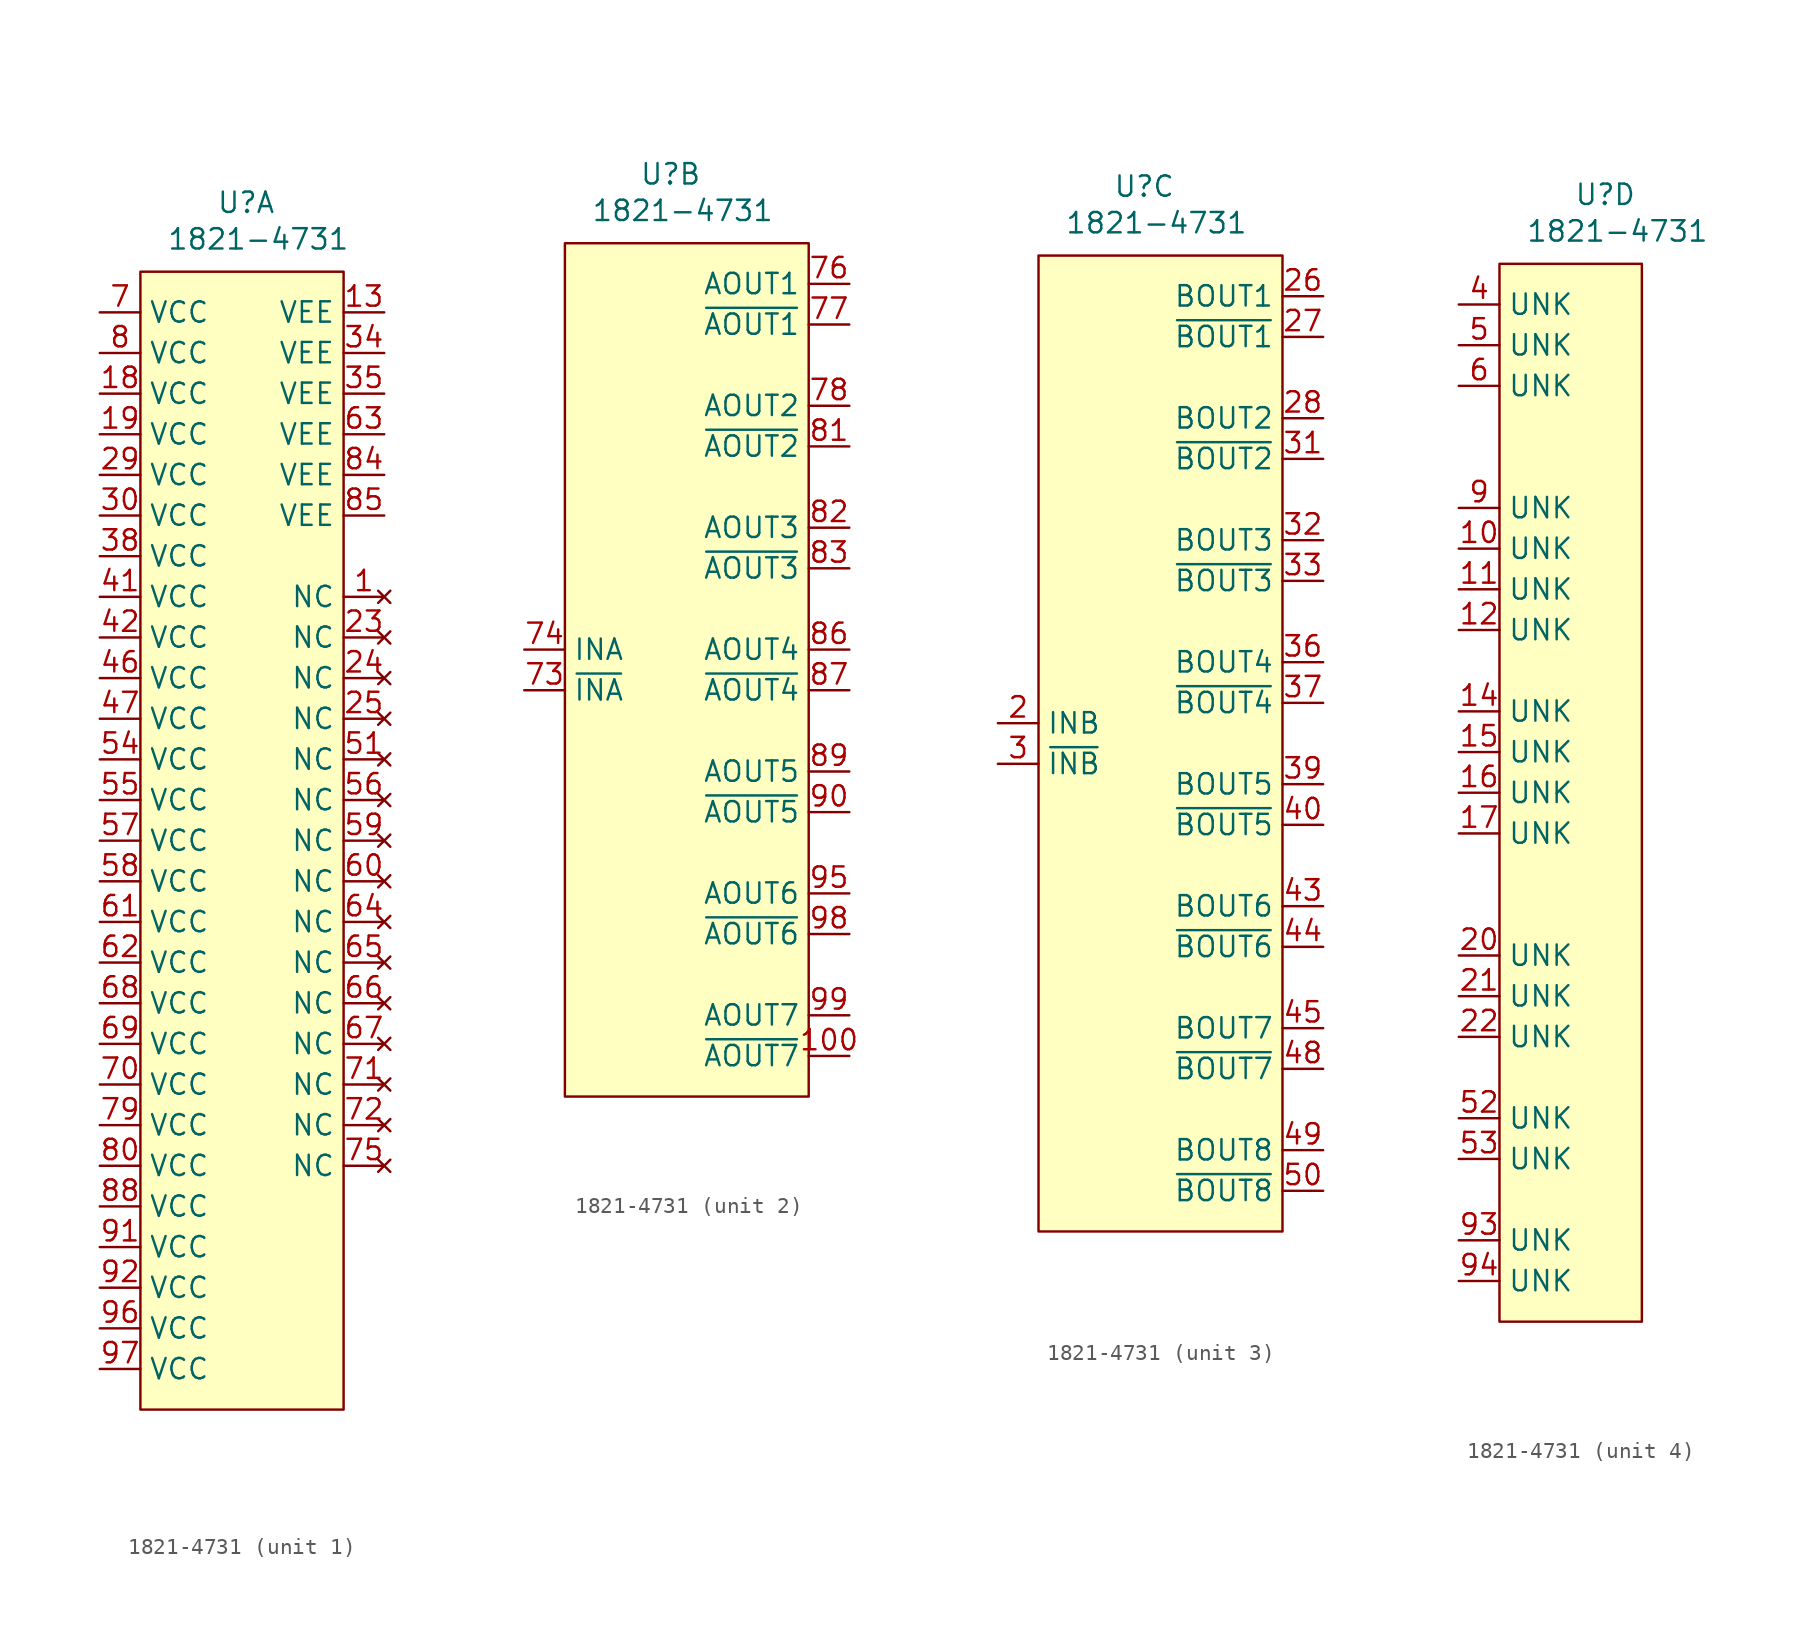
<source format=kicad_sym>
(kicad_symbol_lib
  (version 20241209)
  (generator "kicad_symbol_editor")
  (generator_version "9.0")
  (symbol "1821-4731"
    (property "Reference" "U"
      (at 6.604 4.318 0)
      (effects (font (size 1.27 1.27))))
    (property "Value" "1821-4731"
      (at 7.366 2.032 0)
      (effects (font (size 1.27 1.27))))
    (property "ki_locked" ""
      (at 0 0 0)
      (effects (font (size 1.27 1.27))))
    (symbol "1821-4731_1_0"
      (pin power_in line (at -2.54 -2.54 0) (length 2.54) (name "VCC" (effects (font (size 1.27 1.27)))) (number "7" (effects (font (size 1.27 1.27)))))
      (pin power_in line (at -2.54 -5.08 0) (length 2.54) (name "VCC" (effects (font (size 1.27 1.27)))) (number "8" (effects (font (size 1.27 1.27)))))
      (pin power_in line (at -2.54 -7.62 0) (length 2.54) (name "VCC" (effects (font (size 1.27 1.27)))) (number "18" (effects (font (size 1.27 1.27)))))
      (pin power_in line (at -2.54 -10.16 0) (length 2.54) (name "VCC" (effects (font (size 1.27 1.27)))) (number "19" (effects (font (size 1.27 1.27)))))
      (pin power_in line (at -2.54 -12.7 0) (length 2.54) (name "VCC" (effects (font (size 1.27 1.27)))) (number "29" (effects (font (size 1.27 1.27)))))
      (pin power_in line (at -2.54 -15.24 0) (length 2.54) (name "VCC" (effects (font (size 1.27 1.27)))) (number "30" (effects (font (size 1.27 1.27)))))
      (pin power_in line (at -2.54 -17.78 0) (length 2.54) (name "VCC" (effects (font (size 1.27 1.27)))) (number "38" (effects (font (size 1.27 1.27)))))
      (pin power_in line (at -2.54 -20.32 0) (length 2.54) (name "VCC" (effects (font (size 1.27 1.27)))) (number "41" (effects (font (size 1.27 1.27)))))
      (pin power_in line (at -2.54 -22.86 0) (length 2.54) (name "VCC" (effects (font (size 1.27 1.27)))) (number "42" (effects (font (size 1.27 1.27)))))
      (pin power_in line (at -2.54 -25.4 0) (length 2.54) (name "VCC" (effects (font (size 1.27 1.27)))) (number "46" (effects (font (size 1.27 1.27)))))
      (pin power_in line (at -2.54 -27.94 0) (length 2.54) (name "VCC" (effects (font (size 1.27 1.27)))) (number "47" (effects (font (size 1.27 1.27)))))
      (pin power_in line (at -2.54 -30.48 0) (length 2.54) (name "VCC" (effects (font (size 1.27 1.27)))) (number "54" (effects (font (size 1.27 1.27)))))
      (pin power_in line (at -2.54 -33.02 0) (length 2.54) (name "VCC" (effects (font (size 1.27 1.27)))) (number "55" (effects (font (size 1.27 1.27)))))
      (pin power_in line (at -2.54 -35.56 0) (length 2.54) (name "VCC" (effects (font (size 1.27 1.27)))) (number "57" (effects (font (size 1.27 1.27)))))
      (pin power_in line (at -2.54 -38.1 0) (length 2.54) (name "VCC" (effects (font (size 1.27 1.27)))) (number "58" (effects (font (size 1.27 1.27)))))
      (pin power_in line (at -2.54 -40.64 0) (length 2.54) (name "VCC" (effects (font (size 1.27 1.27)))) (number "61" (effects (font (size 1.27 1.27)))))
      (pin power_in line (at -2.54 -43.18 0) (length 2.54) (name "VCC" (effects (font (size 1.27 1.27)))) (number "62" (effects (font (size 1.27 1.27)))))
      (pin power_in line (at -2.54 -45.72 0) (length 2.54) (name "VCC" (effects (font (size 1.27 1.27)))) (number "68" (effects (font (size 1.27 1.27)))))
      (pin power_in line (at -2.54 -48.26 0) (length 2.54) (name "VCC" (effects (font (size 1.27 1.27)))) (number "69" (effects (font (size 1.27 1.27)))))
      (pin power_in line (at -2.54 -50.8 0) (length 2.54) (name "VCC" (effects (font (size 1.27 1.27)))) (number "70" (effects (font (size 1.27 1.27)))))
      (pin power_in line (at -2.54 -53.34 0) (length 2.54) (name "VCC" (effects (font (size 1.27 1.27)))) (number "79" (effects (font (size 1.27 1.27)))))
      (pin power_in line (at -2.54 -55.88 0) (length 2.54) (name "VCC" (effects (font (size 1.27 1.27)))) (number "80" (effects (font (size 1.27 1.27)))))
      (pin power_in line (at -2.54 -58.42 0) (length 2.54) (name "VCC" (effects (font (size 1.27 1.27)))) (number "88" (effects (font (size 1.27 1.27)))))
      (pin power_in line (at -2.54 -60.96 0) (length 2.54) (name "VCC" (effects (font (size 1.27 1.27)))) (number "91" (effects (font (size 1.27 1.27)))))
      (pin power_in line (at -2.54 -63.5 0) (length 2.54) (name "VCC" (effects (font (size 1.27 1.27)))) (number "92" (effects (font (size 1.27 1.27)))))
      (pin power_in line (at -2.54 -66.04 0) (length 2.54) (name "VCC" (effects (font (size 1.27 1.27)))) (number "96" (effects (font (size 1.27 1.27)))))
      (pin power_in line (at -2.54 -68.58 0) (length 2.54) (name "VCC" (effects (font (size 1.27 1.27)))) (number "97" (effects (font (size 1.27 1.27)))))
      (pin power_in line (at 15.24 -2.54 180) (length 2.54) (name "VEE" (effects (font (size 1.27 1.27)))) (number "13" (effects (font (size 1.27 1.27)))))
      (pin power_in line (at 15.24 -5.08 180) (length 2.54) (name "VEE" (effects (font (size 1.27 1.27)))) (number "34" (effects (font (size 1.27 1.27)))))
      (pin power_in line (at 15.24 -7.62 180) (length 2.54) (name "VEE" (effects (font (size 1.27 1.27)))) (number "35" (effects (font (size 1.27 1.27)))))
      (pin power_in line (at 15.24 -10.16 180) (length 2.54) (name "VEE" (effects (font (size 1.27 1.27)))) (number "63" (effects (font (size 1.27 1.27)))))
      (pin power_in line (at 15.24 -12.7 180) (length 2.54) (name "VEE" (effects (font (size 1.27 1.27)))) (number "84" (effects (font (size 1.27 1.27)))))
      (pin power_in line (at 15.24 -15.24 180) (length 2.54) (name "VEE" (effects (font (size 1.27 1.27)))) (number "85" (effects (font (size 1.27 1.27)))))
      (pin no_connect line (at 15.24 -20.32 180) (length 2.54) (name "NC" (effects (font (size 1.27 1.27)))) (number "1" (effects (font (size 1.27 1.27)))))
      (pin no_connect line (at 15.24 -22.86 180) (length 2.54) (name "NC" (effects (font (size 1.27 1.27)))) (number "23" (effects (font (size 1.27 1.27)))))
      (pin no_connect line (at 15.24 -25.4 180) (length 2.54) (name "NC" (effects (font (size 1.27 1.27)))) (number "24" (effects (font (size 1.27 1.27)))))
      (pin no_connect line (at 15.24 -27.94 180) (length 2.54) (name "NC" (effects (font (size 1.27 1.27)))) (number "25" (effects (font (size 1.27 1.27)))))
      (pin no_connect line (at 15.24 -30.48 180) (length 2.54) (name "NC" (effects (font (size 1.27 1.27)))) (number "51" (effects (font (size 1.27 1.27)))))
      (pin no_connect line (at 15.24 -33.02 180) (length 2.54) (name "NC" (effects (font (size 1.27 1.27)))) (number "56" (effects (font (size 1.27 1.27)))))
      (pin no_connect line (at 15.24 -35.56 180) (length 2.54) (name "NC" (effects (font (size 1.27 1.27)))) (number "59" (effects (font (size 1.27 1.27)))))
      (pin no_connect line (at 15.24 -38.1 180) (length 2.54) (name "NC" (effects (font (size 1.27 1.27)))) (number "60" (effects (font (size 1.27 1.27)))))
      (pin no_connect line (at 15.24 -40.64 180) (length 2.54) (name "NC" (effects (font (size 1.27 1.27)))) (number "64" (effects (font (size 1.27 1.27)))))
      (pin no_connect line (at 15.24 -43.18 180) (length 2.54) (name "NC" (effects (font (size 1.27 1.27)))) (number "65" (effects (font (size 1.27 1.27)))))
      (pin no_connect line (at 15.24 -45.72 180) (length 2.54) (name "NC" (effects (font (size 1.27 1.27)))) (number "66" (effects (font (size 1.27 1.27)))))
      (pin no_connect line (at 15.24 -48.26 180) (length 2.54) (name "NC" (effects (font (size 1.27 1.27)))) (number "67" (effects (font (size 1.27 1.27)))))
      (pin no_connect line (at 15.24 -50.8 180) (length 2.54) (name "NC" (effects (font (size 1.27 1.27)))) (number "71" (effects (font (size 1.27 1.27)))))
      (pin no_connect line (at 15.24 -53.34 180) (length 2.54) (name "NC" (effects (font (size 1.27 1.27)))) (number "72" (effects (font (size 1.27 1.27)))))
      (pin no_connect line (at 15.24 -55.88 180) (length 2.54) (name "NC" (effects (font (size 1.27 1.27)))) (number "75" (effects (font (size 1.27 1.27))))))
    (symbol "1821-4731_1_1"
      (rectangle (start 0 0) (end 12.7 -71.12) (stroke (width 0) (type solid)) (fill (type background))))
    (symbol "1821-4731_2_0"
      (pin input line (at -2.54 -25.4 0) (length 2.54) (name "INA" (effects (font (size 1.27 1.27)))) (number "74" (effects (font (size 1.27 1.27)))))
      (pin input line (at -2.54 -27.94 0) (length 2.54) (name "~{INA}" (effects (font (size 1.27 1.27)))) (number "73" (effects (font (size 1.27 1.27)))))
      (pin output line (at 17.78 -2.54 180) (length 2.54) (name "AOUT1" (effects (font (size 1.27 1.27)))) (number "76" (effects (font (size 1.27 1.27)))))
      (pin output line (at 17.78 -5.08 180) (length 2.54) (name "~{AOUT1}" (effects (font (size 1.27 1.27)))) (number "77" (effects (font (size 1.27 1.27)))))
      (pin output line (at 17.78 -10.16 180) (length 2.54) (name "AOUT2" (effects (font (size 1.27 1.27)))) (number "78" (effects (font (size 1.27 1.27)))))
      (pin output line (at 17.78 -12.7 180) (length 2.54) (name "~{AOUT2}" (effects (font (size 1.27 1.27)))) (number "81" (effects (font (size 1.27 1.27)))))
      (pin output line (at 17.78 -17.78 180) (length 2.54) (name "AOUT3" (effects (font (size 1.27 1.27)))) (number "82" (effects (font (size 1.27 1.27)))))
      (pin output line (at 17.78 -20.32 180) (length 2.54) (name "~{AOUT3}" (effects (font (size 1.27 1.27)))) (number "83" (effects (font (size 1.27 1.27)))))
      (pin output line (at 17.78 -25.4 180) (length 2.54) (name "AOUT4" (effects (font (size 1.27 1.27)))) (number "86" (effects (font (size 1.27 1.27)))))
      (pin output line (at 17.78 -27.94 180) (length 2.54) (name "~{AOUT4}" (effects (font (size 1.27 1.27)))) (number "87" (effects (font (size 1.27 1.27)))))
      (pin output line (at 17.78 -33.02 180) (length 2.54) (name "AOUT5" (effects (font (size 1.27 1.27)))) (number "89" (effects (font (size 1.27 1.27)))))
      (pin output line (at 17.78 -35.56 180) (length 2.54) (name "~{AOUT5}" (effects (font (size 1.27 1.27)))) (number "90" (effects (font (size 1.27 1.27)))))
      (pin output line (at 17.78 -40.64 180) (length 2.54) (name "AOUT6" (effects (font (size 1.27 1.27)))) (number "95" (effects (font (size 1.27 1.27)))))
      (pin output line (at 17.78 -43.18 180) (length 2.54) (name "~{AOUT6}" (effects (font (size 1.27 1.27)))) (number "98" (effects (font (size 1.27 1.27)))))
      (pin output line (at 17.78 -48.26 180) (length 2.54) (name "AOUT7" (effects (font (size 1.27 1.27)))) (number "99" (effects (font (size 1.27 1.27)))))
      (pin output line (at 17.78 -50.8 180) (length 2.54) (name "~{AOUT7}" (effects (font (size 1.27 1.27)))) (number "100" (effects (font (size 1.27 1.27))))))
    (symbol "1821-4731_2_1"
      (rectangle (start 0 0) (end 15.24 -53.34) (stroke (width 0) (type solid)) (fill (type background))))
    (symbol "1821-4731_3_0"
      (pin input line (at -2.54 -29.21 0) (length 2.54) (name "INB" (effects (font (size 1.27 1.27)))) (number "2" (effects (font (size 1.27 1.27)))))
      (pin input line (at -2.54 -31.75 0) (length 2.54) (name "~{INB}" (effects (font (size 1.27 1.27)))) (number "3" (effects (font (size 1.27 1.27)))))
      (pin output line (at 17.78 -2.54 180) (length 2.54) (name "BOUT1" (effects (font (size 1.27 1.27)))) (number "26" (effects (font (size 1.27 1.27)))))
      (pin output line (at 17.78 -5.08 180) (length 2.54) (name "~{BOUT1}" (effects (font (size 1.27 1.27)))) (number "27" (effects (font (size 1.27 1.27)))))
      (pin output line (at 17.78 -10.16 180) (length 2.54) (name "BOUT2" (effects (font (size 1.27 1.27)))) (number "28" (effects (font (size 1.27 1.27)))))
      (pin output line (at 17.78 -12.7 180) (length 2.54) (name "~{BOUT2}" (effects (font (size 1.27 1.27)))) (number "31" (effects (font (size 1.27 1.27)))))
      (pin output line (at 17.78 -17.78 180) (length 2.54) (name "BOUT3" (effects (font (size 1.27 1.27)))) (number "32" (effects (font (size 1.27 1.27)))))
      (pin output line (at 17.78 -20.32 180) (length 2.54) (name "~{BOUT3}" (effects (font (size 1.27 1.27)))) (number "33" (effects (font (size 1.27 1.27)))))
      (pin output line (at 17.78 -25.4 180) (length 2.54) (name "BOUT4" (effects (font (size 1.27 1.27)))) (number "36" (effects (font (size 1.27 1.27)))))
      (pin output line (at 17.78 -27.94 180) (length 2.54) (name "~{BOUT4}" (effects (font (size 1.27 1.27)))) (number "37" (effects (font (size 1.27 1.27)))))
      (pin output line (at 17.78 -33.02 180) (length 2.54) (name "BOUT5" (effects (font (size 1.27 1.27)))) (number "39" (effects (font (size 1.27 1.27)))))
      (pin output line (at 17.78 -35.56 180) (length 2.54) (name "~{BOUT5}" (effects (font (size 1.27 1.27)))) (number "40" (effects (font (size 1.27 1.27)))))
      (pin output line (at 17.78 -40.64 180) (length 2.54) (name "BOUT6" (effects (font (size 1.27 1.27)))) (number "43" (effects (font (size 1.27 1.27)))))
      (pin output line (at 17.78 -43.18 180) (length 2.54) (name "~{BOUT6}" (effects (font (size 1.27 1.27)))) (number "44" (effects (font (size 1.27 1.27)))))
      (pin output line (at 17.78 -48.26 180) (length 2.54) (name "BOUT7" (effects (font (size 1.27 1.27)))) (number "45" (effects (font (size 1.27 1.27)))))
      (pin output line (at 17.78 -50.8 180) (length 2.54) (name "~{BOUT7}" (effects (font (size 1.27 1.27)))) (number "48" (effects (font (size 1.27 1.27)))))
      (pin output line (at 17.78 -55.88 180) (length 2.54) (name "BOUT8" (effects (font (size 1.27 1.27)))) (number "49" (effects (font (size 1.27 1.27)))))
      (pin output line (at 17.78 -58.42 180) (length 2.54) (name "~{BOUT8}" (effects (font (size 1.27 1.27)))) (number "50" (effects (font (size 1.27 1.27))))))
    (symbol "1821-4731_3_1"
      (rectangle (start 0 0) (end 15.24 -60.96) (stroke (width 0) (type solid)) (fill (type background))))
    (symbol "1821-4731_4_0"
      (pin unspecified line (at -2.54 -2.54 0) (length 2.54) (name "UNK" (effects (font (size 1.27 1.27)))) (number "4" (effects (font (size 1.27 1.27)))))
      (pin unspecified line (at -2.54 -5.08 0) (length 2.54) (name "UNK" (effects (font (size 1.27 1.27)))) (number "5" (effects (font (size 1.27 1.27)))))
      (pin unspecified line (at -2.54 -7.62 0) (length 2.54) (name "UNK" (effects (font (size 1.27 1.27)))) (number "6" (effects (font (size 1.27 1.27)))))
      (pin unspecified line (at -2.54 -15.24 0) (length 2.54) (name "UNK" (effects (font (size 1.27 1.27)))) (number "9" (effects (font (size 1.27 1.27)))))
      (pin unspecified line (at -2.54 -17.78 0) (length 2.54) (name "UNK" (effects (font (size 1.27 1.27)))) (number "10" (effects (font (size 1.27 1.27)))))
      (pin unspecified line (at -2.54 -20.32 0) (length 2.54) (name "UNK" (effects (font (size 1.27 1.27)))) (number "11" (effects (font (size 1.27 1.27)))))
      (pin unspecified line (at -2.54 -22.86 0) (length 2.54) (name "UNK" (effects (font (size 1.27 1.27)))) (number "12" (effects (font (size 1.27 1.27)))))
      (pin unspecified line (at -2.54 -27.94 0) (length 2.54) (name "UNK" (effects (font (size 1.27 1.27)))) (number "14" (effects (font (size 1.27 1.27)))))
      (pin unspecified line (at -2.54 -30.48 0) (length 2.54) (name "UNK" (effects (font (size 1.27 1.27)))) (number "15" (effects (font (size 1.27 1.27)))))
      (pin unspecified line (at -2.54 -33.02 0) (length 2.54) (name "UNK" (effects (font (size 1.27 1.27)))) (number "16" (effects (font (size 1.27 1.27)))))
      (pin unspecified line (at -2.54 -35.56 0) (length 2.54) (name "UNK" (effects (font (size 1.27 1.27)))) (number "17" (effects (font (size 1.27 1.27)))))
      (pin unspecified line (at -2.54 -43.18 0) (length 2.54) (name "UNK" (effects (font (size 1.27 1.27)))) (number "20" (effects (font (size 1.27 1.27)))))
      (pin unspecified line (at -2.54 -45.72 0) (length 2.54) (name "UNK" (effects (font (size 1.27 1.27)))) (number "21" (effects (font (size 1.27 1.27)))))
      (pin unspecified line (at -2.54 -48.26 0) (length 2.54) (name "UNK" (effects (font (size 1.27 1.27)))) (number "22" (effects (font (size 1.27 1.27)))))
      (pin unspecified line (at -2.54 -53.34 0) (length 2.54) (name "UNK" (effects (font (size 1.27 1.27)))) (number "52" (effects (font (size 1.27 1.27)))))
      (pin unspecified line (at -2.54 -55.88 0) (length 2.54) (name "UNK" (effects (font (size 1.27 1.27)))) (number "53" (effects (font (size 1.27 1.27)))))
      (pin unspecified line (at -2.54 -60.96 0) (length 2.54) (name "UNK" (effects (font (size 1.27 1.27)))) (number "93" (effects (font (size 1.27 1.27)))))
      (pin unspecified line (at -2.54 -63.5 0) (length 2.54) (name "UNK" (effects (font (size 1.27 1.27)))) (number "94" (effects (font (size 1.27 1.27))))))
    (symbol "1821-4731_4_1"
      (rectangle (start 0 0) (end 8.89 -66.04) (stroke (width 0) (type solid)) (fill (type background))))))
</source>
